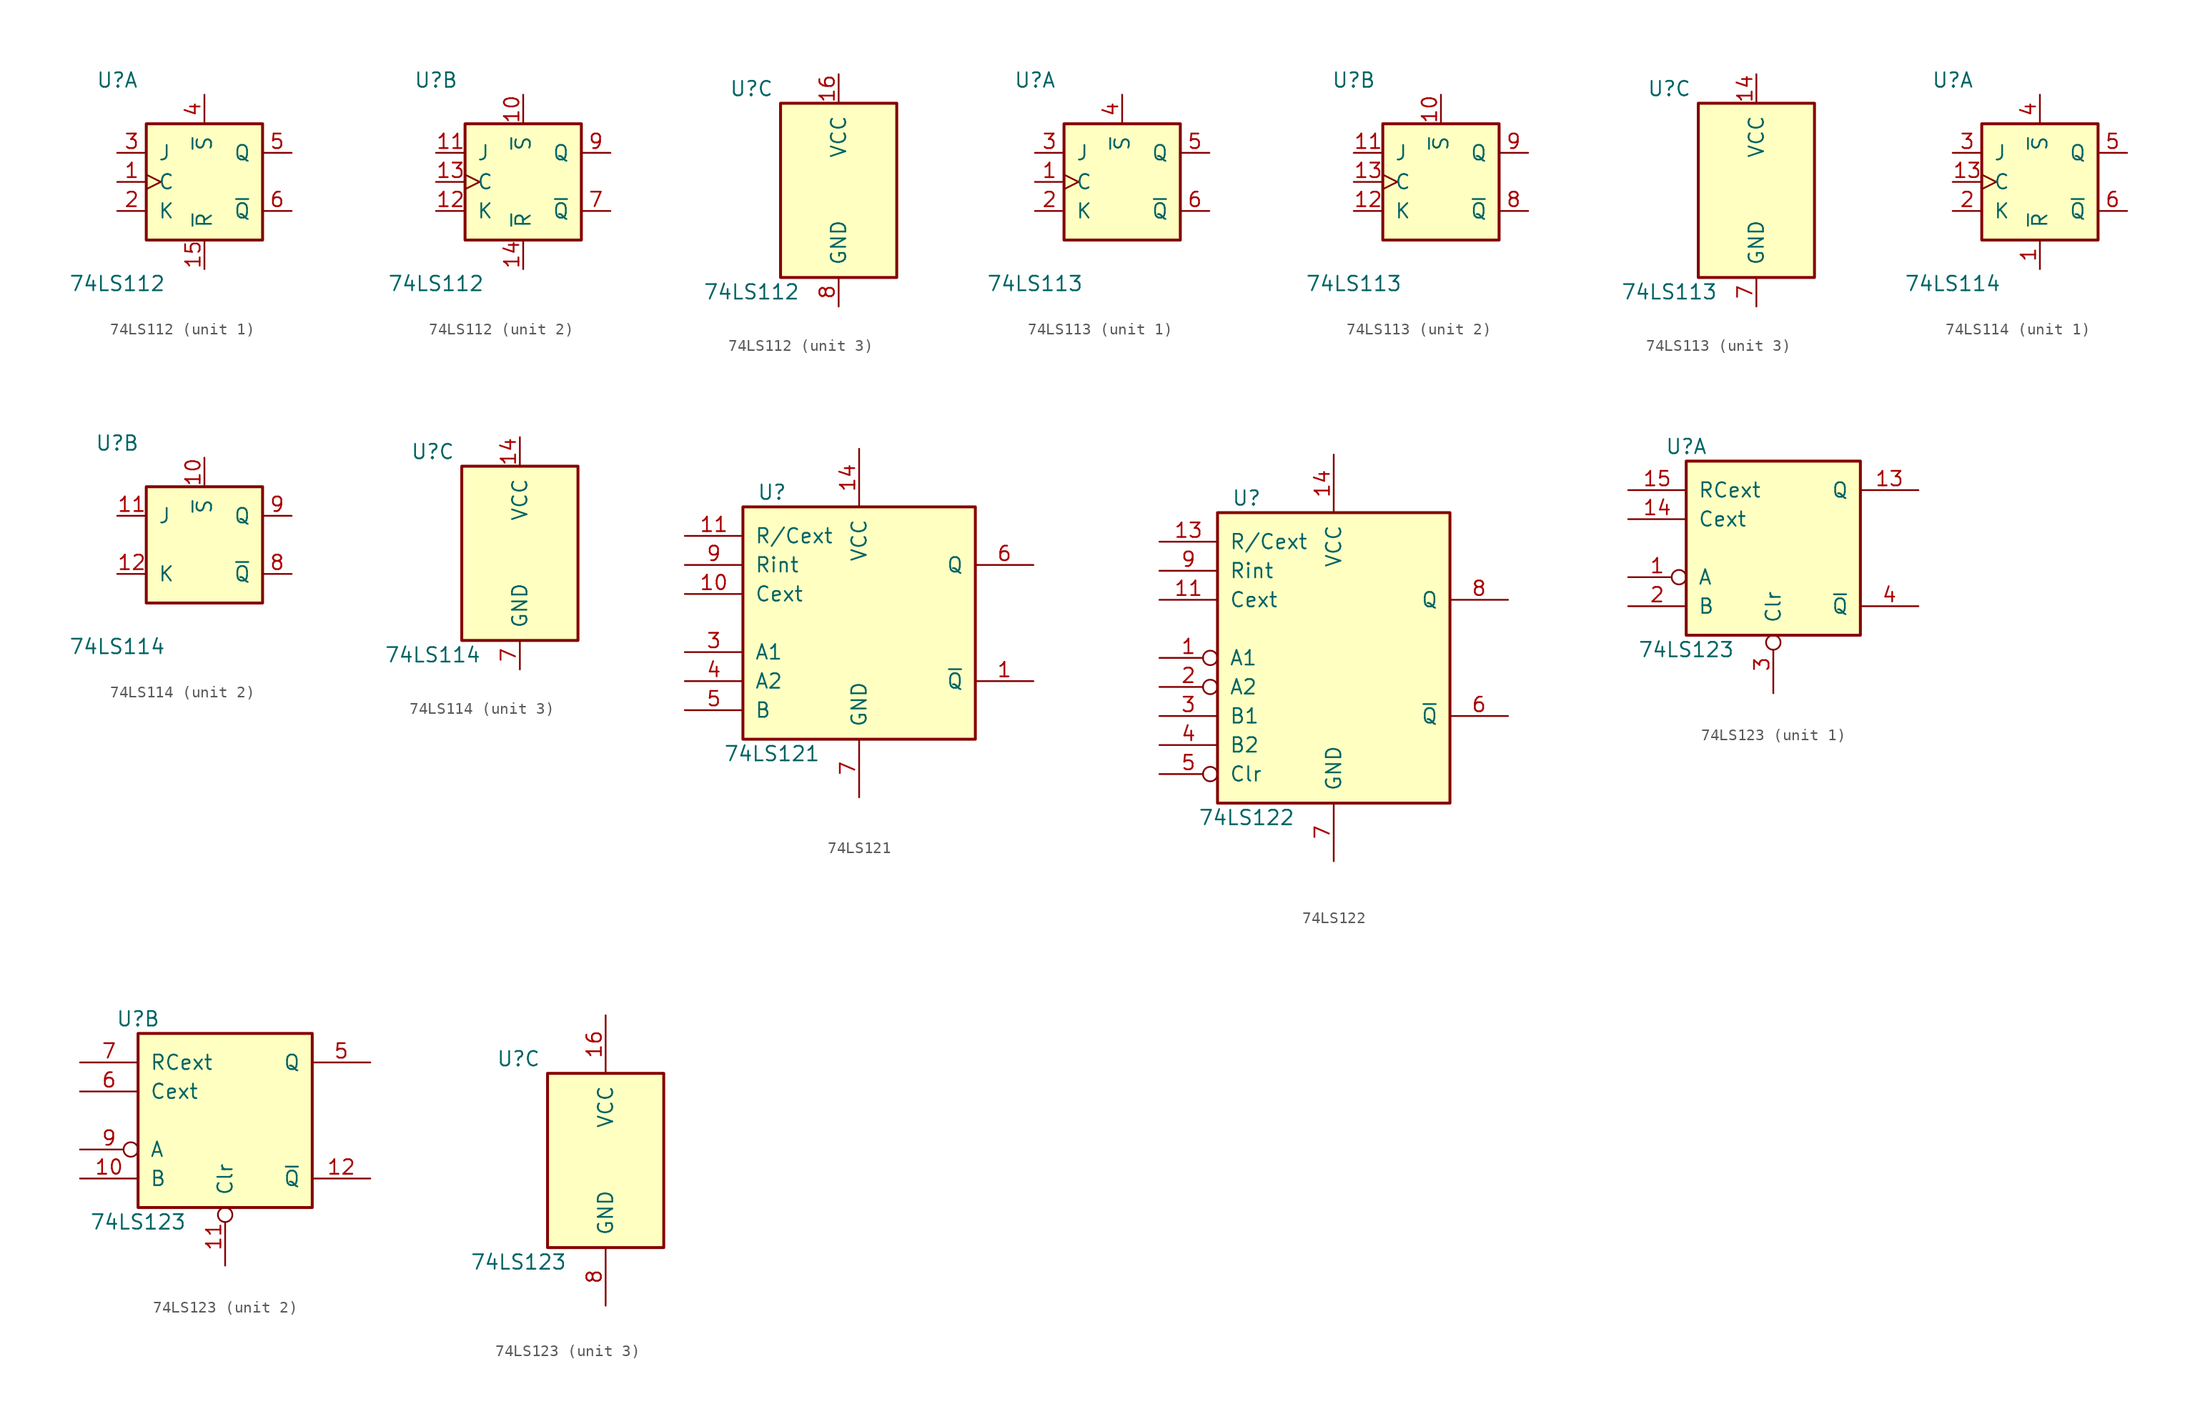
<source format=kicad_sym>
(kicad_symbol_lib
  (version 20241209)
  (generator "kicad_symbol_editor")
  (generator_version "9.0")
  (symbol "74LS112"
    (pin_names
      (offset 1.016))
    (property "Reference" "U"
      (at -7.62 8.89 0)
      (effects (font (size 1.27 1.27))))
    (property "Value" "74LS112"
      (at -7.62 -8.89 0)
      (effects (font (size 1.27 1.27))))
    (property "ki_locked" ""
      (at 0 0 0)
      (effects (font (size 1.27 1.27))))
    (symbol "74LS112_1_0"
      (pin input line (at -7.62 2.54 0) (length 2.54) (name "J" (effects (font (size 1.27 1.27)))) (number "3" (effects (font (size 1.27 1.27)))))
      (pin input clock (at -7.62 0 0) (length 2.54) (name "C" (effects (font (size 1.27 1.27)))) (number "1" (effects (font (size 1.27 1.27)))))
      (pin input line (at -7.62 -2.54 0) (length 2.54) (name "K" (effects (font (size 1.27 1.27)))) (number "2" (effects (font (size 1.27 1.27)))))
      (pin input line (at 0 7.62 270) (length 2.54) (name "~{S}" (effects (font (size 1.27 1.27)))) (number "4" (effects (font (size 1.27 1.27)))))
      (pin input line (at 0 -7.62 90) (length 2.54) (name "~{R}" (effects (font (size 1.27 1.27)))) (number "15" (effects (font (size 1.27 1.27)))))
      (pin output line (at 7.62 2.54 180) (length 2.54) (name "Q" (effects (font (size 1.27 1.27)))) (number "5" (effects (font (size 1.27 1.27)))))
      (pin output line (at 7.62 -2.54 180) (length 2.54) (name "~{Q}" (effects (font (size 1.27 1.27)))) (number "6" (effects (font (size 1.27 1.27))))))
    (symbol "74LS112_1_1"
      (rectangle (start -5.08 5.08) (end 5.08 -5.08) (stroke (width 0.254) (type solid)) (fill (type background))))
    (symbol "74LS112_2_0"
      (pin input line (at -7.62 2.54 0) (length 2.54) (name "J" (effects (font (size 1.27 1.27)))) (number "11" (effects (font (size 1.27 1.27)))))
      (pin input clock (at -7.62 0 0) (length 2.54) (name "C" (effects (font (size 1.27 1.27)))) (number "13" (effects (font (size 1.27 1.27)))))
      (pin input line (at -7.62 -2.54 0) (length 2.54) (name "K" (effects (font (size 1.27 1.27)))) (number "12" (effects (font (size 1.27 1.27)))))
      (pin input line (at 0 7.62 270) (length 2.54) (name "~{S}" (effects (font (size 1.27 1.27)))) (number "10" (effects (font (size 1.27 1.27)))))
      (pin input line (at 0 -7.62 90) (length 2.54) (name "~{R}" (effects (font (size 1.27 1.27)))) (number "14" (effects (font (size 1.27 1.27)))))
      (pin output line (at 7.62 2.54 180) (length 2.54) (name "Q" (effects (font (size 1.27 1.27)))) (number "9" (effects (font (size 1.27 1.27)))))
      (pin output line (at 7.62 -2.54 180) (length 2.54) (name "~{Q}" (effects (font (size 1.27 1.27)))) (number "7" (effects (font (size 1.27 1.27))))))
    (symbol "74LS112_2_1"
      (rectangle (start -5.08 5.08) (end 5.08 -5.08) (stroke (width 0.254) (type solid)) (fill (type background))))
    (symbol "74LS112_3_0"
      (pin power_in line (at 0 10.16 270) (length 2.54) (name "VCC" (effects (font (size 1.27 1.27)))) (number "16" (effects (font (size 1.27 1.27)))))
      (pin power_in line (at 0 -10.16 90) (length 2.54) (name "GND" (effects (font (size 1.27 1.27)))) (number "8" (effects (font (size 1.27 1.27))))))
    (symbol "74LS112_3_1"
      (rectangle (start -5.08 7.62) (end 5.08 -7.62) (stroke (width 0.254) (type solid)) (fill (type background)))))
  (symbol "74LS113"
    (pin_names
      (offset 1.016))
    (property "Reference" "U"
      (at -7.62 8.89 0)
      (effects (font (size 1.27 1.27))))
    (property "Value" "74LS113"
      (at -7.62 -8.89 0)
      (effects (font (size 1.27 1.27))))
    (property "ki_locked" ""
      (at 0 0 0)
      (effects (font (size 1.27 1.27))))
    (symbol "74LS113_1_0"
      (pin input line (at -7.62 2.54 0) (length 2.54) (name "J" (effects (font (size 1.27 1.27)))) (number "3" (effects (font (size 1.27 1.27)))))
      (pin input clock (at -7.62 0 0) (length 2.54) (name "C" (effects (font (size 1.27 1.27)))) (number "1" (effects (font (size 1.27 1.27)))))
      (pin input line (at -7.62 -2.54 0) (length 2.54) (name "K" (effects (font (size 1.27 1.27)))) (number "2" (effects (font (size 1.27 1.27)))))
      (pin input line (at 0 7.62 270) (length 2.54) (name "~{S}" (effects (font (size 1.27 1.27)))) (number "4" (effects (font (size 1.27 1.27)))))
      (pin output line (at 7.62 2.54 180) (length 2.54) (name "Q" (effects (font (size 1.27 1.27)))) (number "5" (effects (font (size 1.27 1.27)))))
      (pin output line (at 7.62 -2.54 180) (length 2.54) (name "~{Q}" (effects (font (size 1.27 1.27)))) (number "6" (effects (font (size 1.27 1.27))))))
    (symbol "74LS113_1_1"
      (rectangle (start -5.08 5.08) (end 5.08 -5.08) (stroke (width 0.254) (type solid)) (fill (type background))))
    (symbol "74LS113_2_0"
      (pin input line (at -7.62 2.54 0) (length 2.54) (name "J" (effects (font (size 1.27 1.27)))) (number "11" (effects (font (size 1.27 1.27)))))
      (pin input clock (at -7.62 0 0) (length 2.54) (name "C" (effects (font (size 1.27 1.27)))) (number "13" (effects (font (size 1.27 1.27)))))
      (pin input line (at -7.62 -2.54 0) (length 2.54) (name "K" (effects (font (size 1.27 1.27)))) (number "12" (effects (font (size 1.27 1.27)))))
      (pin input line (at 0 7.62 270) (length 2.54) (name "~{S}" (effects (font (size 1.27 1.27)))) (number "10" (effects (font (size 1.27 1.27)))))
      (pin output line (at 7.62 2.54 180) (length 2.54) (name "Q" (effects (font (size 1.27 1.27)))) (number "9" (effects (font (size 1.27 1.27)))))
      (pin output line (at 7.62 -2.54 180) (length 2.54) (name "~{Q}" (effects (font (size 1.27 1.27)))) (number "8" (effects (font (size 1.27 1.27))))))
    (symbol "74LS113_2_1"
      (rectangle (start -5.08 5.08) (end 5.08 -5.08) (stroke (width 0.254) (type solid)) (fill (type background))))
    (symbol "74LS113_3_0"
      (pin power_in line (at 0 10.16 270) (length 2.54) (name "VCC" (effects (font (size 1.27 1.27)))) (number "14" (effects (font (size 1.27 1.27)))))
      (pin power_in line (at 0 -10.16 90) (length 2.54) (name "GND" (effects (font (size 1.27 1.27)))) (number "7" (effects (font (size 1.27 1.27))))))
    (symbol "74LS113_3_1"
      (rectangle (start -5.08 7.62) (end 5.08 -7.62) (stroke (width 0.254) (type solid)) (fill (type background)))))
  (symbol "74LS114"
    (pin_names
      (offset 1.016))
    (property "Reference" "U"
      (at -7.62 8.89 0)
      (effects (font (size 1.27 1.27))))
    (property "Value" "74LS114"
      (at -7.62 -8.89 0)
      (effects (font (size 1.27 1.27))))
    (property "ki_locked" ""
      (at 0 0 0)
      (effects (font (size 1.27 1.27))))
    (symbol "74LS114_1_0"
      (pin input line (at -7.62 2.54 0) (length 2.54) (name "J" (effects (font (size 1.27 1.27)))) (number "3" (effects (font (size 1.27 1.27)))))
      (pin input clock (at -7.62 0 0) (length 2.54) (name "C" (effects (font (size 1.27 1.27)))) (number "13" (effects (font (size 1.27 1.27)))))
      (pin input line (at -7.62 -2.54 0) (length 2.54) (name "K" (effects (font (size 1.27 1.27)))) (number "2" (effects (font (size 1.27 1.27)))))
      (pin input line (at 0 7.62 270) (length 2.54) (name "~{S}" (effects (font (size 1.27 1.27)))) (number "4" (effects (font (size 1.27 1.27)))))
      (pin input line (at 0 -7.62 90) (length 2.54) (name "~{R}" (effects (font (size 1.27 1.27)))) (number "1" (effects (font (size 1.27 1.27)))))
      (pin output line (at 7.62 2.54 180) (length 2.54) (name "Q" (effects (font (size 1.27 1.27)))) (number "5" (effects (font (size 1.27 1.27)))))
      (pin output line (at 7.62 -2.54 180) (length 2.54) (name "~{Q}" (effects (font (size 1.27 1.27)))) (number "6" (effects (font (size 1.27 1.27))))))
    (symbol "74LS114_1_1"
      (rectangle (start -5.08 5.08) (end 5.08 -5.08) (stroke (width 0.254) (type solid)) (fill (type background))))
    (symbol "74LS114_2_0"
      (pin input line (at -7.62 2.54 0) (length 2.54) (name "J" (effects (font (size 1.27 1.27)))) (number "11" (effects (font (size 1.27 1.27)))))
      (pin input line (at -7.62 -2.54 0) (length 2.54) (name "K" (effects (font (size 1.27 1.27)))) (number "12" (effects (font (size 1.27 1.27)))))
      (pin input line (at 0 7.62 270) (length 2.54) (name "~{S}" (effects (font (size 1.27 1.27)))) (number "10" (effects (font (size 1.27 1.27)))))
      (pin output line (at 7.62 2.54 180) (length 2.54) (name "Q" (effects (font (size 1.27 1.27)))) (number "9" (effects (font (size 1.27 1.27)))))
      (pin output line (at 7.62 -2.54 180) (length 2.54) (name "~{Q}" (effects (font (size 1.27 1.27)))) (number "8" (effects (font (size 1.27 1.27))))))
    (symbol "74LS114_2_1"
      (rectangle (start -5.08 5.08) (end 5.08 -5.08) (stroke (width 0.254) (type solid)) (fill (type background))))
    (symbol "74LS114_3_0"
      (pin power_in line (at 0 10.16 270) (length 2.54) (name "VCC" (effects (font (size 1.27 1.27)))) (number "14" (effects (font (size 1.27 1.27)))))
      (pin power_in line (at 0 -10.16 90) (length 2.54) (name "GND" (effects (font (size 1.27 1.27)))) (number "7" (effects (font (size 1.27 1.27))))))
    (symbol "74LS114_3_1"
      (rectangle (start -5.08 7.62) (end 5.08 -7.62) (stroke (width 0.254) (type solid)) (fill (type background)))))
  (symbol "74LS121"
    (pin_names
      (offset 1.016))
    (property "Reference" "U"
      (at -7.62 11.43 0)
      (effects (font (size 1.27 1.27))))
    (property "Value" "74LS121"
      (at -7.62 -11.43 0)
      (effects (font (size 1.27 1.27))))
    (property "ki_locked" ""
      (at 0 0 0)
      (effects (font (size 1.27 1.27))))
    (symbol "74LS121_1_0"
      (pin input line (at -15.24 7.62 0) (length 5.08) (name "R/Cext" (effects (font (size 1.27 1.27)))) (number "11" (effects (font (size 1.27 1.27)))))
      (pin input line (at -15.24 5.08 0) (length 5.08) (name "Rint" (effects (font (size 1.27 1.27)))) (number "9" (effects (font (size 1.27 1.27)))))
      (pin input line (at -15.24 2.54 0) (length 5.08) (name "Cext" (effects (font (size 1.27 1.27)))) (number "10" (effects (font (size 1.27 1.27)))))
      (pin input line (at -15.24 -2.54 0) (length 5.08) (name "A1" (effects (font (size 1.27 1.27)))) (number "3" (effects (font (size 1.27 1.27)))))
      (pin input line (at -15.24 -5.08 0) (length 5.08) (name "A2" (effects (font (size 1.27 1.27)))) (number "4" (effects (font (size 1.27 1.27)))))
      (pin input line (at -15.24 -7.62 0) (length 5.08) (name "B" (effects (font (size 1.27 1.27)))) (number "5" (effects (font (size 1.27 1.27)))))
      (pin power_in line (at 0 15.24 270) (length 5.08) (name "VCC" (effects (font (size 1.27 1.27)))) (number "14" (effects (font (size 1.27 1.27)))))
      (pin power_in line (at 0 -15.24 90) (length 5.08) (name "GND" (effects (font (size 1.27 1.27)))) (number "7" (effects (font (size 1.27 1.27)))))
      (pin output line (at 15.24 5.08 180) (length 5.08) (name "Q" (effects (font (size 1.27 1.27)))) (number "6" (effects (font (size 1.27 1.27)))))
      (pin output line (at 15.24 -5.08 180) (length 5.08) (name "~{Q}" (effects (font (size 1.27 1.27)))) (number "1" (effects (font (size 1.27 1.27))))))
    (symbol "74LS121_1_1"
      (rectangle (start -10.16 10.16) (end 10.16 -10.16) (stroke (width 0.254) (type solid)) (fill (type background)))))
  (symbol "74LS122"
    (pin_names
      (offset 1.016))
    (property "Reference" "U"
      (at -7.62 13.97 0)
      (effects (font (size 1.27 1.27))))
    (property "Value" "74LS122"
      (at -7.62 -13.97 0)
      (effects (font (size 1.27 1.27))))
    (property "ki_locked" ""
      (at 0 0 0)
      (effects (font (size 1.27 1.27))))
    (symbol "74LS122_1_0"
      (pin input line (at -15.24 10.16 0) (length 5.08) (name "R/Cext" (effects (font (size 1.27 1.27)))) (number "13" (effects (font (size 1.27 1.27)))))
      (pin input line (at -15.24 7.62 0) (length 5.08) (name "Rint" (effects (font (size 1.27 1.27)))) (number "9" (effects (font (size 1.27 1.27)))))
      (pin input line (at -15.24 5.08 0) (length 5.08) (name "Cext" (effects (font (size 1.27 1.27)))) (number "11" (effects (font (size 1.27 1.27)))))
      (pin input inverted (at -15.24 0 0) (length 5.08) (name "A1" (effects (font (size 1.27 1.27)))) (number "1" (effects (font (size 1.27 1.27)))))
      (pin input inverted (at -15.24 -2.54 0) (length 5.08) (name "A2" (effects (font (size 1.27 1.27)))) (number "2" (effects (font (size 1.27 1.27)))))
      (pin input line (at -15.24 -5.08 0) (length 5.08) (name "B1" (effects (font (size 1.27 1.27)))) (number "3" (effects (font (size 1.27 1.27)))))
      (pin input line (at -15.24 -7.62 0) (length 5.08) (name "B2" (effects (font (size 1.27 1.27)))) (number "4" (effects (font (size 1.27 1.27)))))
      (pin input inverted (at -15.24 -10.16 0) (length 5.08) (name "Clr" (effects (font (size 1.27 1.27)))) (number "5" (effects (font (size 1.27 1.27)))))
      (pin power_in line (at 0 17.78 270) (length 5.08) (name "VCC" (effects (font (size 1.27 1.27)))) (number "14" (effects (font (size 1.27 1.27)))))
      (pin power_in line (at 0 -17.78 90) (length 5.08) (name "GND" (effects (font (size 1.27 1.27)))) (number "7" (effects (font (size 1.27 1.27)))))
      (pin output line (at 15.24 5.08 180) (length 5.08) (name "Q" (effects (font (size 1.27 1.27)))) (number "8" (effects (font (size 1.27 1.27)))))
      (pin output line (at 15.24 -5.08 180) (length 5.08) (name "~{Q}" (effects (font (size 1.27 1.27)))) (number "6" (effects (font (size 1.27 1.27))))))
    (symbol "74LS122_1_1"
      (rectangle (start -10.16 12.7) (end 10.16 -12.7) (stroke (width 0.254) (type solid)) (fill (type background)))))
  (symbol "74LS123"
    (pin_names
      (offset 1.016))
    (property "Reference" "U"
      (at -7.62 8.89 0)
      (effects (font (size 1.27 1.27))))
    (property "Value" "74LS123"
      (at -7.62 -8.89 0)
      (effects (font (size 1.27 1.27))))
    (property "ki_locked" ""
      (at 0 0 0)
      (effects (font (size 1.27 1.27))))
    (symbol "74LS123_1_0"
      (pin input line (at -12.7 5.08 0) (length 5.08) (name "RCext" (effects (font (size 1.27 1.27)))) (number "15" (effects (font (size 1.27 1.27)))))
      (pin input line (at -12.7 2.54 0) (length 5.08) (name "Cext" (effects (font (size 1.27 1.27)))) (number "14" (effects (font (size 1.27 1.27)))))
      (pin input inverted (at -12.7 -2.54 0) (length 5.08) (name "A" (effects (font (size 1.27 1.27)))) (number "1" (effects (font (size 1.27 1.27)))))
      (pin input line (at -12.7 -5.08 0) (length 5.08) (name "B" (effects (font (size 1.27 1.27)))) (number "2" (effects (font (size 1.27 1.27)))))
      (pin input inverted (at 0 -12.7 90) (length 5.08) (name "Clr" (effects (font (size 1.27 1.27)))) (number "3" (effects (font (size 1.27 1.27)))))
      (pin output line (at 12.7 5.08 180) (length 5.08) (name "Q" (effects (font (size 1.27 1.27)))) (number "13" (effects (font (size 1.27 1.27)))))
      (pin output line (at 12.7 -5.08 180) (length 5.08) (name "~{Q}" (effects (font (size 1.27 1.27)))) (number "4" (effects (font (size 1.27 1.27))))))
    (symbol "74LS123_1_1"
      (rectangle (start -7.62 7.62) (end 7.62 -7.62) (stroke (width 0.254) (type solid)) (fill (type background))))
    (symbol "74LS123_2_0"
      (pin input line (at -12.7 5.08 0) (length 5.08) (name "RCext" (effects (font (size 1.27 1.27)))) (number "7" (effects (font (size 1.27 1.27)))))
      (pin input line (at -12.7 2.54 0) (length 5.08) (name "Cext" (effects (font (size 1.27 1.27)))) (number "6" (effects (font (size 1.27 1.27)))))
      (pin input inverted (at -12.7 -2.54 0) (length 5.08) (name "A" (effects (font (size 1.27 1.27)))) (number "9" (effects (font (size 1.27 1.27)))))
      (pin input line (at -12.7 -5.08 0) (length 5.08) (name "B" (effects (font (size 1.27 1.27)))) (number "10" (effects (font (size 1.27 1.27)))))
      (pin input inverted (at 0 -12.7 90) (length 5.08) (name "Clr" (effects (font (size 1.27 1.27)))) (number "11" (effects (font (size 1.27 1.27)))))
      (pin output line (at 12.7 5.08 180) (length 5.08) (name "Q" (effects (font (size 1.27 1.27)))) (number "5" (effects (font (size 1.27 1.27)))))
      (pin output line (at 12.7 -5.08 180) (length 5.08) (name "~{Q}" (effects (font (size 1.27 1.27)))) (number "12" (effects (font (size 1.27 1.27))))))
    (symbol "74LS123_2_1"
      (rectangle (start -7.62 7.62) (end 7.62 -7.62) (stroke (width 0.254) (type solid)) (fill (type background))))
    (symbol "74LS123_3_0"
      (pin power_in line (at 0 12.7 270) (length 5.08) (name "VCC" (effects (font (size 1.27 1.27)))) (number "16" (effects (font (size 1.27 1.27)))))
      (pin power_in line (at 0 -12.7 90) (length 5.08) (name "GND" (effects (font (size 1.27 1.27)))) (number "8" (effects (font (size 1.27 1.27))))))
    (symbol "74LS123_3_1"
      (rectangle (start -5.08 7.62) (end 5.08 -7.62) (stroke (width 0.254) (type solid)) (fill (type background))))))
</source>
